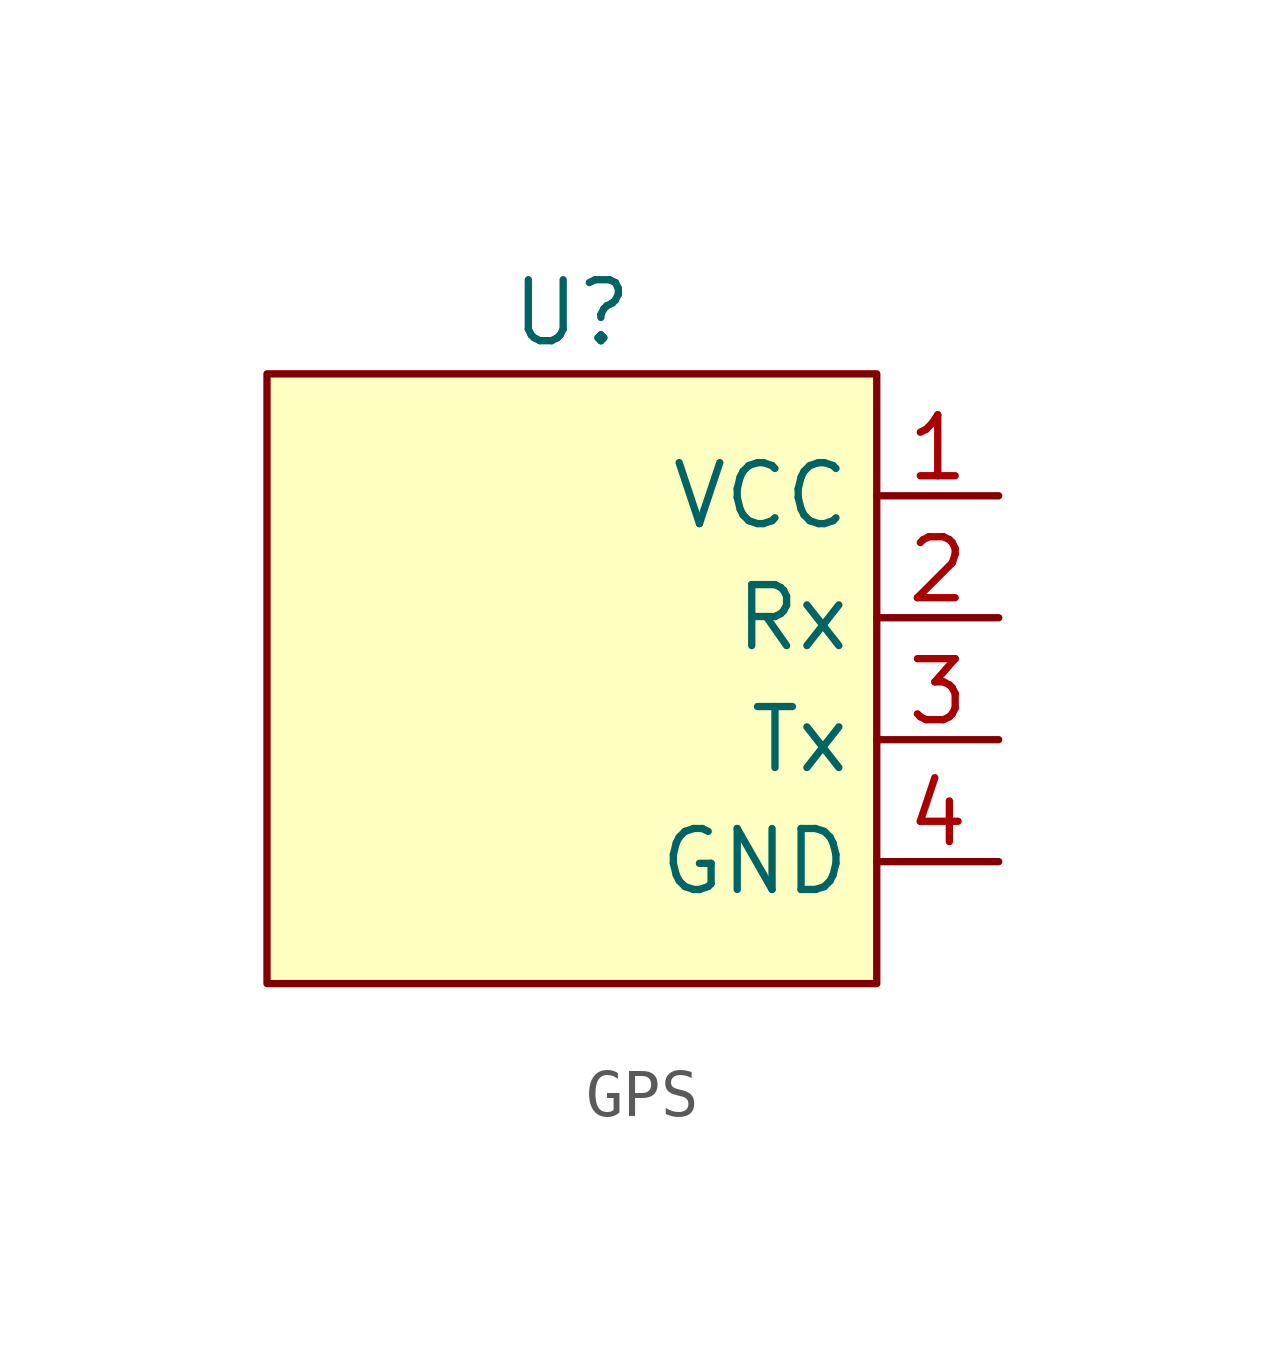
<source format=kicad_sym>
(kicad_symbol_lib
  (version 20220914)
  (generator kicad_symbol_editor)
  (symbol "GPS"
    (property "Reference" "U"
      (at 0 0 0)
      (effects (font (size 1.27 1.27))))
    (property "Value" ""
      (at 0 0 0)
      (effects (font (size 1.27 1.27))))
    (symbol "GPS_1_1"
      (rectangle (start -6.35 -1.27) (end 6.35 -13.97) (stroke (width 0) (type default)) (fill (type background)))
      (pin power_in line (at 8.89 -3.81 180) (length 2.54) (name "VCC" (effects (font (size 1.27 1.27)))) (number "1" (effects (font (size 1.27 1.27)))))
      (pin bidirectional line (at 8.89 -6.35 180) (length 2.54) (name "Rx" (effects (font (size 1.27 1.27)))) (number "2" (effects (font (size 1.27 1.27)))))
      (pin bidirectional line (at 8.89 -8.89 180) (length 2.54) (name "Tx" (effects (font (size 1.27 1.27)))) (number "3" (effects (font (size 1.27 1.27)))))
      (pin power_in line (at 8.89 -11.43 180) (length 2.54) (name "GND" (effects (font (size 1.27 1.27)))) (number "4" (effects (font (size 1.27 1.27))))))))
</source>
